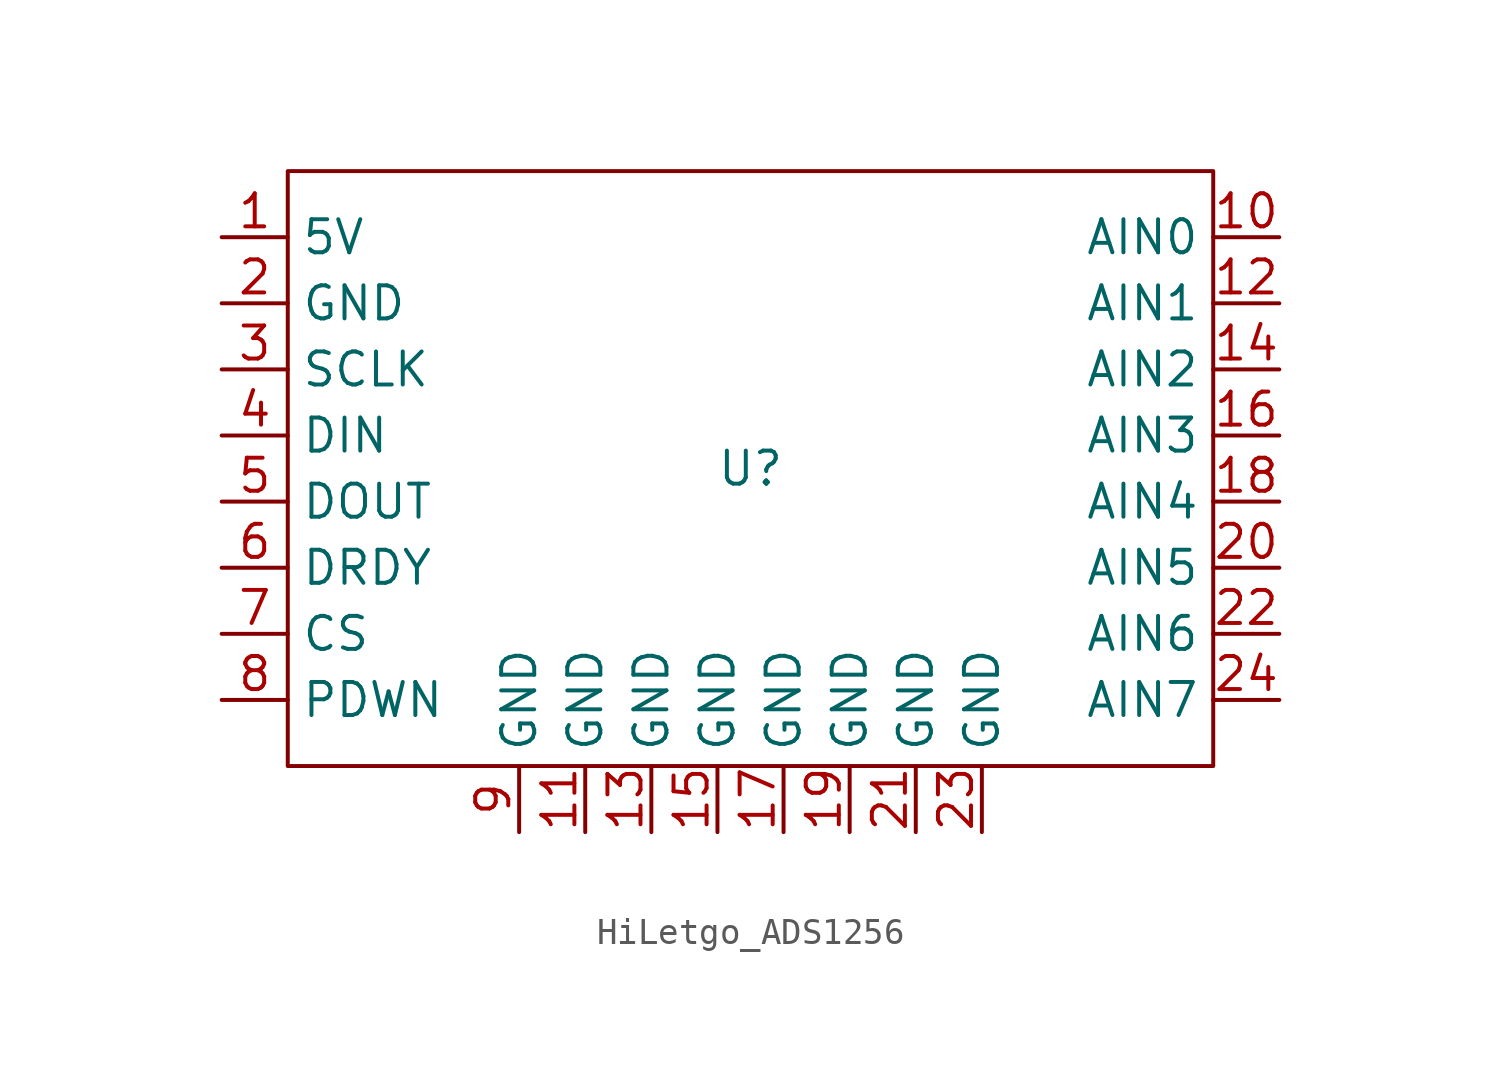
<source format=kicad_sym>
(kicad_symbol_lib
  (version 20231120)
  (generator "kicad_symbol_editor")
  (generator_version "8.0")
  (symbol "HiLetgo_ADS1256"
    (property "Reference" "U"
      (at 0 0 0)
      (effects (font (size 1.27 1.27))))
    (property "Value" ""
      (at -12.7 1.27 0)
      (effects (font (size 1.27 1.27))))
    (symbol "HiLetgo_ADS1256_0_1"
      (rectangle (start -17.78 11.43) (end 17.78 -11.43) (stroke (width 0) (type default)) (fill (type none))))
    (symbol "HiLetgo_ADS1256_1_1"
      (pin power_in line (at -20.32 8.89 0) (length 2.54) (name "5V" (effects (font (size 1.27 1.27)))) (number "1" (effects (font (size 1.27 1.27)))))
      (pin input line (at 20.32 8.89 180) (length 2.54) (name "AIN0" (effects (font (size 1.27 1.27)))) (number "10" (effects (font (size 1.27 1.27)))))
      (pin power_in line (at -6.35 -13.97 90) (length 2.54) (name "GND" (effects (font (size 1.27 1.27)))) (number "11" (effects (font (size 1.27 1.27)))))
      (pin input line (at 20.32 6.35 180) (length 2.54) (name "AIN1" (effects (font (size 1.27 1.27)))) (number "12" (effects (font (size 1.27 1.27)))))
      (pin power_in line (at -3.81 -13.97 90) (length 2.54) (name "GND" (effects (font (size 1.27 1.27)))) (number "13" (effects (font (size 1.27 1.27)))))
      (pin input line (at 20.32 3.81 180) (length 2.54) (name "AIN2" (effects (font (size 1.27 1.27)))) (number "14" (effects (font (size 1.27 1.27)))))
      (pin power_in line (at -1.27 -13.97 90) (length 2.54) (name "GND" (effects (font (size 1.27 1.27)))) (number "15" (effects (font (size 1.27 1.27)))))
      (pin input line (at 20.32 1.27 180) (length 2.54) (name "AIN3" (effects (font (size 1.27 1.27)))) (number "16" (effects (font (size 1.27 1.27)))))
      (pin power_in line (at 1.27 -13.97 90) (length 2.54) (name "GND" (effects (font (size 1.27 1.27)))) (number "17" (effects (font (size 1.27 1.27)))))
      (pin input line (at 20.32 -1.27 180) (length 2.54) (name "AIN4" (effects (font (size 1.27 1.27)))) (number "18" (effects (font (size 1.27 1.27)))))
      (pin power_in line (at 3.81 -13.97 90) (length 2.54) (name "GND" (effects (font (size 1.27 1.27)))) (number "19" (effects (font (size 1.27 1.27)))))
      (pin power_in line (at -20.32 6.35 0) (length 2.54) (name "GND" (effects (font (size 1.27 1.27)))) (number "2" (effects (font (size 1.27 1.27)))))
      (pin input line (at 20.32 -3.81 180) (length 2.54) (name "AIN5" (effects (font (size 1.27 1.27)))) (number "20" (effects (font (size 1.27 1.27)))))
      (pin power_in line (at 6.35 -13.97 90) (length 2.54) (name "GND" (effects (font (size 1.27 1.27)))) (number "21" (effects (font (size 1.27 1.27)))))
      (pin input line (at 20.32 -6.35 180) (length 2.54) (name "AIN6" (effects (font (size 1.27 1.27)))) (number "22" (effects (font (size 1.27 1.27)))))
      (pin power_in line (at 8.89 -13.97 90) (length 2.54) (name "GND" (effects (font (size 1.27 1.27)))) (number "23" (effects (font (size 1.27 1.27)))))
      (pin input line (at 20.32 -8.89 180) (length 2.54) (name "AIN7" (effects (font (size 1.27 1.27)))) (number "24" (effects (font (size 1.27 1.27)))))
      (pin power_in line (at -20.32 3.81 0) (length 2.54) (name "SCLK" (effects (font (size 1.27 1.27)))) (number "3" (effects (font (size 1.27 1.27)))))
      (pin input line (at -20.32 1.27 0) (length 2.54) (name "DIN" (effects (font (size 1.27 1.27)))) (number "4" (effects (font (size 1.27 1.27)))))
      (pin output line (at -20.32 -1.27 0) (length 2.54) (name "DOUT" (effects (font (size 1.27 1.27)))) (number "5" (effects (font (size 1.27 1.27)))))
      (pin output line (at -20.32 -3.81 0) (length 2.54) (name "DRDY" (effects (font (size 1.27 1.27)))) (number "6" (effects (font (size 1.27 1.27)))))
      (pin input line (at -20.32 -6.35 0) (length 2.54) (name "CS" (effects (font (size 1.27 1.27)))) (number "7" (effects (font (size 1.27 1.27)))))
      (pin input line (at -20.32 -8.89 0) (length 2.54) (name "PDWN" (effects (font (size 1.27 1.27)))) (number "8" (effects (font (size 1.27 1.27)))))
      (pin power_in line (at -8.89 -13.97 90) (length 2.54) (name "GND" (effects (font (size 1.27 1.27)))) (number "9" (effects (font (size 1.27 1.27))))))))
</source>
